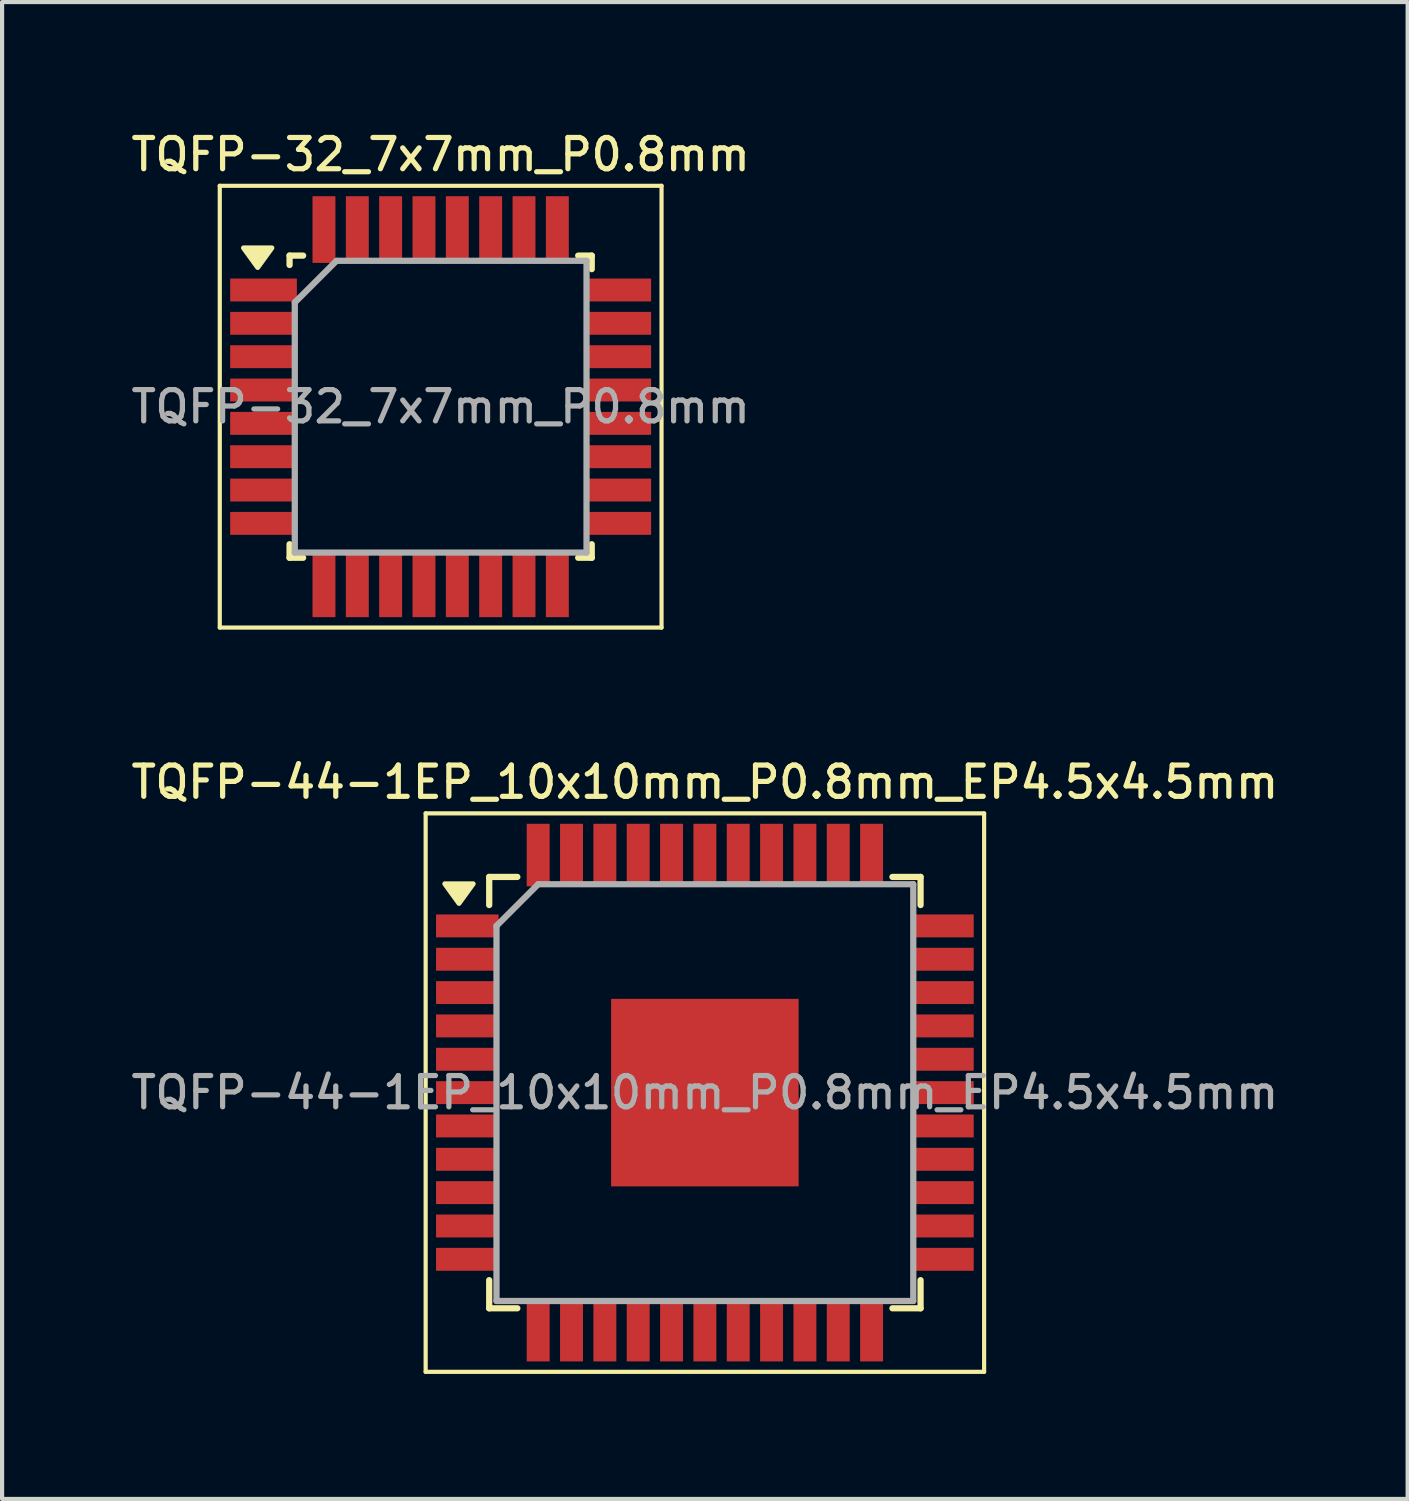
<source format=kicad_pcb>
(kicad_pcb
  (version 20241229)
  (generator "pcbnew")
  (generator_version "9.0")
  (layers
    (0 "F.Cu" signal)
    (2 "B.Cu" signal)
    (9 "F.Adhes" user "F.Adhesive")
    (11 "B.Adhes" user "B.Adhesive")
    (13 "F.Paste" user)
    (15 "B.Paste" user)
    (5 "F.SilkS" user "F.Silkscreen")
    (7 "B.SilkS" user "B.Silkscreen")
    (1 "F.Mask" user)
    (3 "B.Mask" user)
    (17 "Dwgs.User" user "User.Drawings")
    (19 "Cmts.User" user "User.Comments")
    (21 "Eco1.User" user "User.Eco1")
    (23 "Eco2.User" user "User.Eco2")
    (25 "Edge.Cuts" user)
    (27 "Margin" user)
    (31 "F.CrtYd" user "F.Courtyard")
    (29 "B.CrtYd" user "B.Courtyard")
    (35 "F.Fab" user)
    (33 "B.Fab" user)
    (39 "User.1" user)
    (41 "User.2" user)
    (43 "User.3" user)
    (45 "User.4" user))
  (footprint "TQFP-44-1EP_10x10mm_P0.8mm_EP4.5x4.5mm"
    (layer "F.Cu")
    (at 13.863 23.166)
    (property "Reference" "TQFP-44-1EP_10x10mm_P0.8mm_EP4.5x4.5mm" (at 0 -7.45 0) (layer "F.SilkS") (effects (font (size 0.75 0.75) (thickness 0.125))))
    (attr smd)
    (fp_line (start -6.7 -6.7) (end -6.7 6.7) (stroke (width 0.1) (type solid)) (layer "F.SilkS"))
    (fp_line (start -6.7 -6.7) (end 6.7 -6.7) (stroke (width 0.1) (type solid)) (layer "F.SilkS"))
    (fp_line (start -6.7 6.7) (end 6.7 6.7) (stroke (width 0.1) (type solid)) (layer "F.SilkS"))
    (fp_line (start -5.175 -5.175) (end -4.5 -5.175) (stroke (width 0.15) (type solid)) (layer "F.SilkS"))
    (fp_line (start -5.175 -4.5) (end -5.175 -5.175) (stroke (width 0.15) (type solid)) (layer "F.SilkS"))
    (fp_line (start -5.175 5.175) (end -5.175 4.5) (stroke (width 0.15) (type solid)) (layer "F.SilkS"))
    (fp_line (start -5.175 5.175) (end -4.5 5.175) (stroke (width 0.15) (type solid)) (layer "F.SilkS"))
    (fp_line (start 5.175 -5.175) (end 4.5 -5.175) (stroke (width 0.15) (type solid)) (layer "F.SilkS"))
    (fp_line (start 5.175 -5.175) (end 5.175 -4.5) (stroke (width 0.15) (type solid)) (layer "F.SilkS"))
    (fp_line (start 5.175 5.175) (end 4.5 5.175) (stroke (width 0.15) (type solid)) (layer "F.SilkS"))
    (fp_line (start 5.175 5.175) (end 5.175 4.5) (stroke (width 0.15) (type solid)) (layer "F.SilkS"))
    (fp_line (start 6.7 -6.7) (end 6.7 6.7) (stroke (width 0.1) (type solid)) (layer "F.SilkS"))
    (fp_poly (pts (xy -5.9 -4.54) (xy -6.24 -5.01) (xy -5.56 -5.01) (xy -5.9 -4.54)) (stroke (width 0.12) (type solid)) (fill yes) (layer "F.SilkS"))
    (fp_line (start -5 -4) (end -4 -5) (stroke (width 0.15) (type solid)) (layer "F.Fab"))
    (fp_line (start -5 5) (end -5 -4) (stroke (width 0.15) (type solid)) (layer "F.Fab"))
    (fp_line (start -4 -5) (end 5 -5) (stroke (width 0.15) (type solid)) (layer "F.Fab"))
    (fp_line (start 5 -5) (end 5 5) (stroke (width 0.15) (type solid)) (layer "F.Fab"))
    (fp_line (start 5 5) (end -5 5) (stroke (width 0.15) (type solid)) (layer "F.Fab"))
    (fp_text user "${REFERENCE}" (at 0 0 0) (layer "F.Fab") (effects (font (size 0.75 0.75) (thickness 0.125))))
    (pad "" smd rect (at -1.5 -1.5) (size 1.16 1.16) (layers "F.Paste"))
    (pad "" smd rect (at -1.5 0) (size 1.16 1.16) (layers "F.Paste"))
    (pad "" smd rect (at -1.5 1.5) (size 1.16 1.16) (layers "F.Paste"))
    (pad "" smd rect (at 0 -1.5) (size 1.16 1.16) (layers "F.Paste"))
    (pad "" smd rect (at 0 0) (size 1.16 1.16) (layers "F.Paste"))
    (pad "" smd rect (at 0 1.5) (size 1.16 1.16) (layers "F.Paste"))
    (pad "" smd rect (at 1.5 -1.5) (size 1.16 1.16) (layers "F.Paste"))
    (pad "" smd rect (at 1.5 0) (size 1.16 1.16) (layers "F.Paste"))
    (pad "" smd rect (at 1.5 1.5) (size 1.16 1.16) (layers "F.Paste"))
    (pad "1" smd rect (at -5.7 -4) (size 1.5 0.55) (layers "F.Cu" "F.Mask" "F.Paste"))
    (pad "2" smd rect (at -5.7 -3.2) (size 1.5 0.55) (layers "F.Cu" "F.Mask" "F.Paste"))
    (pad "3" smd rect (at -5.7 -2.4) (size 1.5 0.55) (layers "F.Cu" "F.Mask" "F.Paste"))
    (pad "4" smd rect (at -5.7 -1.6) (size 1.5 0.55) (layers "F.Cu" "F.Mask" "F.Paste"))
    (pad "5" smd rect (at -5.7 -0.8) (size 1.5 0.55) (layers "F.Cu" "F.Mask" "F.Paste"))
    (pad "6" smd rect (at -5.7 0) (size 1.5 0.55) (layers "F.Cu" "F.Mask" "F.Paste"))
    (pad "7" smd rect (at -5.7 0.8) (size 1.5 0.55) (layers "F.Cu" "F.Mask" "F.Paste"))
    (pad "8" smd rect (at -5.7 1.6) (size 1.5 0.55) (layers "F.Cu" "F.Mask" "F.Paste"))
    (pad "9" smd rect (at -5.7 2.4) (size 1.5 0.55) (layers "F.Cu" "F.Mask" "F.Paste"))
    (pad "10" smd rect (at -5.7 3.2) (size 1.5 0.55) (layers "F.Cu" "F.Mask" "F.Paste"))
    (pad "11" smd rect (at -5.7 4) (size 1.5 0.55) (layers "F.Cu" "F.Mask" "F.Paste"))
    (pad "12" smd rect (at -4 5.7 90) (size 1.5 0.55) (layers "F.Cu" "F.Mask" "F.Paste"))
    (pad "13" smd rect (at -3.2 5.7 90) (size 1.5 0.55) (layers "F.Cu" "F.Mask" "F.Paste"))
    (pad "14" smd rect (at -2.4 5.7 90) (size 1.5 0.55) (layers "F.Cu" "F.Mask" "F.Paste"))
    (pad "15" smd rect (at -1.6 5.7 90) (size 1.5 0.55) (layers "F.Cu" "F.Mask" "F.Paste"))
    (pad "16" smd rect (at -0.8 5.7 90) (size 1.5 0.55) (layers "F.Cu" "F.Mask" "F.Paste"))
    (pad "17" smd rect (at 0 5.7 90) (size 1.5 0.55) (layers "F.Cu" "F.Mask" "F.Paste"))
    (pad "18" smd rect (at 0.8 5.7 90) (size 1.5 0.55) (layers "F.Cu" "F.Mask" "F.Paste"))
    (pad "19" smd rect (at 1.6 5.7 90) (size 1.5 0.55) (layers "F.Cu" "F.Mask" "F.Paste"))
    (pad "20" smd rect (at 2.4 5.7 90) (size 1.5 0.55) (layers "F.Cu" "F.Mask" "F.Paste"))
    (pad "21" smd rect (at 3.2 5.7 90) (size 1.5 0.55) (layers "F.Cu" "F.Mask" "F.Paste"))
    (pad "22" smd rect (at 4 5.7 90) (size 1.5 0.55) (layers "F.Cu" "F.Mask" "F.Paste"))
    (pad "23" smd rect (at 5.7 4) (size 1.5 0.55) (layers "F.Cu" "F.Mask" "F.Paste"))
    (pad "24" smd rect (at 5.7 3.2) (size 1.5 0.55) (layers "F.Cu" "F.Mask" "F.Paste"))
    (pad "25" smd rect (at 5.7 2.4) (size 1.5 0.55) (layers "F.Cu" "F.Mask" "F.Paste"))
    (pad "26" smd rect (at 5.7 1.6) (size 1.5 0.55) (layers "F.Cu" "F.Mask" "F.Paste"))
    (pad "27" smd rect (at 5.7 0.8) (size 1.5 0.55) (layers "F.Cu" "F.Mask" "F.Paste"))
    (pad "28" smd rect (at 5.7 0) (size 1.5 0.55) (layers "F.Cu" "F.Mask" "F.Paste"))
    (pad "29" smd rect (at 5.7 -0.8) (size 1.5 0.55) (layers "F.Cu" "F.Mask" "F.Paste"))
    (pad "30" smd rect (at 5.7 -1.6) (size 1.5 0.55) (layers "F.Cu" "F.Mask" "F.Paste"))
    (pad "31" smd rect (at 5.7 -2.4) (size 1.5 0.55) (layers "F.Cu" "F.Mask" "F.Paste"))
    (pad "32" smd rect (at 5.7 -3.2) (size 1.5 0.55) (layers "F.Cu" "F.Mask" "F.Paste"))
    (pad "33" smd rect (at 5.7 -4) (size 1.5 0.55) (layers "F.Cu" "F.Mask" "F.Paste"))
    (pad "34" smd rect (at 4 -5.7 90) (size 1.5 0.55) (layers "F.Cu" "F.Mask" "F.Paste"))
    (pad "35" smd rect (at 3.2 -5.7 90) (size 1.5 0.55) (layers "F.Cu" "F.Mask" "F.Paste"))
    (pad "36" smd rect (at 2.4 -5.7 90) (size 1.5 0.55) (layers "F.Cu" "F.Mask" "F.Paste"))
    (pad "37" smd rect (at 1.6 -5.7 90) (size 1.5 0.55) (layers "F.Cu" "F.Mask" "F.Paste"))
    (pad "38" smd rect (at 0.8 -5.7 90) (size 1.5 0.55) (layers "F.Cu" "F.Mask" "F.Paste"))
    (pad "39" smd rect (at 0 -5.7 90) (size 1.5 0.55) (layers "F.Cu" "F.Mask" "F.Paste"))
    (pad "40" smd rect (at -0.8 -5.7 90) (size 1.5 0.55) (layers "F.Cu" "F.Mask" "F.Paste"))
    (pad "41" smd rect (at -1.6 -5.7 90) (size 1.5 0.55) (layers "F.Cu" "F.Mask" "F.Paste"))
    (pad "42" smd rect (at -2.4 -5.7 90) (size 1.5 0.55) (layers "F.Cu" "F.Mask" "F.Paste"))
    (pad "43" smd rect (at -3.2 -5.7 90) (size 1.5 0.55) (layers "F.Cu" "F.Mask" "F.Paste"))
    (pad "44" smd rect (at -4 -5.7 90) (size 1.5 0.55) (layers "F.Cu" "F.Mask" "F.Paste"))
    (pad "45" smd rect (at 0 0) (size 4.5 4.5) (layers "F.Cu" "F.Mask")))
  (footprint "TQFP-32_7x7mm_P0.8mm"
    (layer "F.Cu")
    (at 7.523 6.708)
    (property "Reference" "TQFP-32_7x7mm_P0.8mm" (at 0 -6.05 0) (layer "F.SilkS") (effects (font (size 0.75 0.75) (thickness 0.125))))
    (attr smd)
    (fp_line (start -5.3 -5.3) (end -5.3 5.3) (stroke (width 0.1) (type solid)) (layer "F.SilkS"))
    (fp_line (start -5.3 -5.3) (end 5.3 -5.3) (stroke (width 0.1) (type solid)) (layer "F.SilkS"))
    (fp_line (start -5.3 5.3) (end 5.3 5.3) (stroke (width 0.1) (type solid)) (layer "F.SilkS"))
    (fp_line (start -3.625 -3.625) (end -3.625 -3.4) (stroke (width 0.15) (type solid)) (layer "F.SilkS"))
    (fp_line (start -3.625 -3.625) (end -3.3 -3.625) (stroke (width 0.15) (type solid)) (layer "F.SilkS"))
    (fp_line (start -3.625 3.625) (end -3.625 3.3) (stroke (width 0.15) (type solid)) (layer "F.SilkS"))
    (fp_line (start -3.625 3.625) (end -3.3 3.625) (stroke (width 0.15) (type solid)) (layer "F.SilkS"))
    (fp_line (start 3.625 -3.625) (end 3.3 -3.625) (stroke (width 0.15) (type solid)) (layer "F.SilkS"))
    (fp_line (start 3.625 -3.625) (end 3.625 -3.3) (stroke (width 0.15) (type solid)) (layer "F.SilkS"))
    (fp_line (start 3.625 3.625) (end 3.3 3.625) (stroke (width 0.15) (type solid)) (layer "F.SilkS"))
    (fp_line (start 3.625 3.625) (end 3.625 3.3) (stroke (width 0.15) (type solid)) (layer "F.SilkS"))
    (fp_line (start 5.3 -5.3) (end 5.3 5.3) (stroke (width 0.1) (type solid)) (layer "F.SilkS"))
    (fp_poly (pts (xy -4.39 -3.34) (xy -4.73 -3.81) (xy -4.05 -3.81) (xy -4.39 -3.34)) (stroke (width 0.12) (type solid)) (fill yes) (layer "F.SilkS"))
    (fp_line (start -3.5 -2.5) (end -2.5 -3.5) (stroke (width 0.15) (type solid)) (layer "F.Fab"))
    (fp_line (start -3.5 3.5) (end -3.5 -2.5) (stroke (width 0.15) (type solid)) (layer "F.Fab"))
    (fp_line (start -2.5 -3.5) (end 3.5 -3.5) (stroke (width 0.15) (type solid)) (layer "F.Fab"))
    (fp_line (start 3.5 -3.5) (end 3.5 3.5) (stroke (width 0.15) (type solid)) (layer "F.Fab"))
    (fp_line (start 3.5 3.5) (end -3.5 3.5) (stroke (width 0.15) (type solid)) (layer "F.Fab"))
    (fp_text user "${REFERENCE}" (at 0 0 0) (layer "F.Fab") (effects (font (size 0.75 0.75) (thickness 0.125))))
    (pad "1" smd rect (at -4.25 -2.8) (size 1.6 0.55) (layers "F.Cu" "F.Mask" "F.Paste"))
    (pad "2" smd rect (at -4.25 -2) (size 1.6 0.55) (layers "F.Cu" "F.Mask" "F.Paste"))
    (pad "3" smd rect (at -4.25 -1.2) (size 1.6 0.55) (layers "F.Cu" "F.Mask" "F.Paste"))
    (pad "4" smd rect (at -4.25 -0.4) (size 1.6 0.55) (layers "F.Cu" "F.Mask" "F.Paste"))
    (pad "5" smd rect (at -4.25 0.4) (size 1.6 0.55) (layers "F.Cu" "F.Mask" "F.Paste"))
    (pad "6" smd rect (at -4.25 1.2) (size 1.6 0.55) (layers "F.Cu" "F.Mask" "F.Paste"))
    (pad "7" smd rect (at -4.25 2) (size 1.6 0.55) (layers "F.Cu" "F.Mask" "F.Paste"))
    (pad "8" smd rect (at -4.25 2.8) (size 1.6 0.55) (layers "F.Cu" "F.Mask" "F.Paste"))
    (pad "9" smd rect (at -2.8 4.25 90) (size 1.6 0.55) (layers "F.Cu" "F.Mask" "F.Paste"))
    (pad "10" smd rect (at -2 4.25 90) (size 1.6 0.55) (layers "F.Cu" "F.Mask" "F.Paste"))
    (pad "11" smd rect (at -1.2 4.25 90) (size 1.6 0.55) (layers "F.Cu" "F.Mask" "F.Paste"))
    (pad "12" smd rect (at -0.4 4.25 90) (size 1.6 0.55) (layers "F.Cu" "F.Mask" "F.Paste"))
    (pad "13" smd rect (at 0.4 4.25 90) (size 1.6 0.55) (layers "F.Cu" "F.Mask" "F.Paste"))
    (pad "14" smd rect (at 1.2 4.25 90) (size 1.6 0.55) (layers "F.Cu" "F.Mask" "F.Paste"))
    (pad "15" smd rect (at 2 4.25 90) (size 1.6 0.55) (layers "F.Cu" "F.Mask" "F.Paste"))
    (pad "16" smd rect (at 2.8 4.25 90) (size 1.6 0.55) (layers "F.Cu" "F.Mask" "F.Paste"))
    (pad "17" smd rect (at 4.25 2.8) (size 1.6 0.55) (layers "F.Cu" "F.Mask" "F.Paste"))
    (pad "18" smd rect (at 4.25 2) (size 1.6 0.55) (layers "F.Cu" "F.Mask" "F.Paste"))
    (pad "19" smd rect (at 4.25 1.2) (size 1.6 0.55) (layers "F.Cu" "F.Mask" "F.Paste"))
    (pad "20" smd rect (at 4.25 0.4) (size 1.6 0.55) (layers "F.Cu" "F.Mask" "F.Paste"))
    (pad "21" smd rect (at 4.25 -0.4) (size 1.6 0.55) (layers "F.Cu" "F.Mask" "F.Paste"))
    (pad "22" smd rect (at 4.25 -1.2) (size 1.6 0.55) (layers "F.Cu" "F.Mask" "F.Paste"))
    (pad "23" smd rect (at 4.25 -2) (size 1.6 0.55) (layers "F.Cu" "F.Mask" "F.Paste"))
    (pad "24" smd rect (at 4.25 -2.8) (size 1.6 0.55) (layers "F.Cu" "F.Mask" "F.Paste"))
    (pad "25" smd rect (at 2.8 -4.25 90) (size 1.6 0.55) (layers "F.Cu" "F.Mask" "F.Paste"))
    (pad "26" smd rect (at 2 -4.25 90) (size 1.6 0.55) (layers "F.Cu" "F.Mask" "F.Paste"))
    (pad "27" smd rect (at 1.2 -4.25 90) (size 1.6 0.55) (layers "F.Cu" "F.Mask" "F.Paste"))
    (pad "28" smd rect (at 0.4 -4.25 90) (size 1.6 0.55) (layers "F.Cu" "F.Mask" "F.Paste"))
    (pad "29" smd rect (at -0.4 -4.25 90) (size 1.6 0.55) (layers "F.Cu" "F.Mask" "F.Paste"))
    (pad "30" smd rect (at -1.2 -4.25 90) (size 1.6 0.55) (layers "F.Cu" "F.Mask" "F.Paste"))
    (pad "31" smd rect (at -2 -4.25 90) (size 1.6 0.55) (layers "F.Cu" "F.Mask" "F.Paste"))
    (pad "32" smd rect (at -2.8 -4.25 90) (size 1.6 0.55) (layers "F.Cu" "F.Mask" "F.Paste")))
  (gr_rect
    (start -3 -3)
    (end 30.725 32.916)
    (stroke (width 0.1) (type default))
    (fill no)
    (layer "Edge.Cuts")))
</source>
